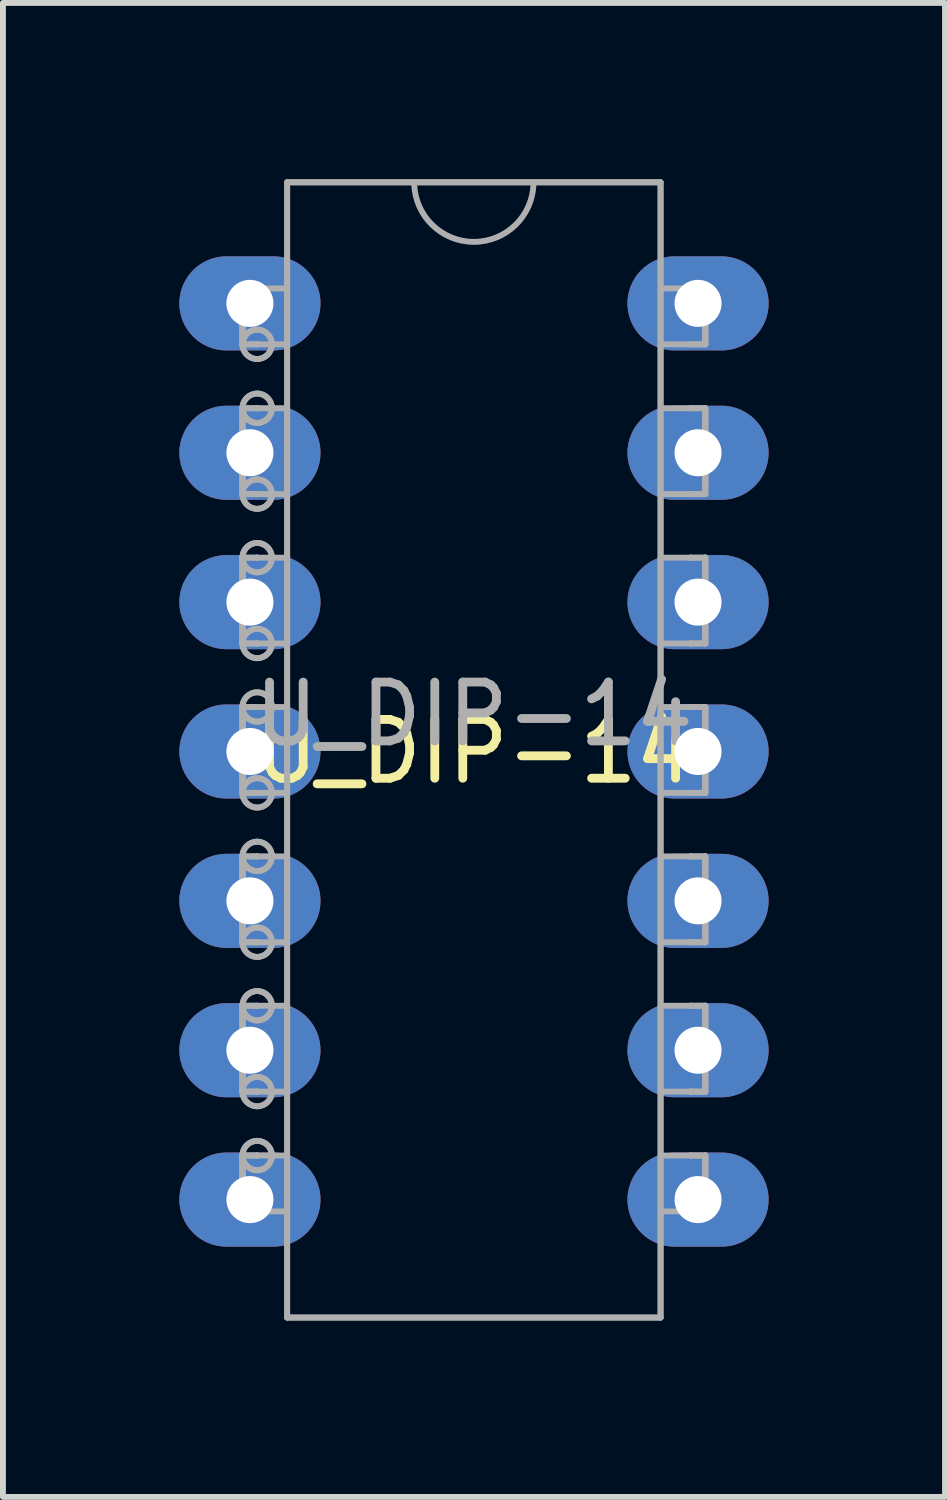
<source format=kicad_pcb>
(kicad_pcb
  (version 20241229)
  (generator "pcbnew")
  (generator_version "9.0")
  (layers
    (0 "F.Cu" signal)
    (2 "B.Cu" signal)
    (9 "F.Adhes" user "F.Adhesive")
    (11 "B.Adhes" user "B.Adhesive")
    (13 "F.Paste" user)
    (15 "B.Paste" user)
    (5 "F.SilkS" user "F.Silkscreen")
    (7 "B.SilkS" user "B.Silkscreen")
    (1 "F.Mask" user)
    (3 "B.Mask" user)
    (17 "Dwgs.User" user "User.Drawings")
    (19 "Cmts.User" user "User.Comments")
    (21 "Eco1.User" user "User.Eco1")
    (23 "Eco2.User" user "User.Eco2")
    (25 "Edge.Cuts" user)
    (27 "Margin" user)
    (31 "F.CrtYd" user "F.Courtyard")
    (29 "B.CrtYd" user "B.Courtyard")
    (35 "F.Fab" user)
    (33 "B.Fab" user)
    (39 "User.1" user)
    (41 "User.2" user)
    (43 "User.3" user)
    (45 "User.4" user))
  (footprint "U_DIP-14"
    (layer "F.Cu")
    (at 5.01 9.729)
    (property "Reference" "U_DIP-14" (at 0 0 0) (layer "F.SilkS") (effects (font (size 1 1) (thickness 0.15))))
    (attr through_hole)
    (fp_line (start -3.937 -7.874) (end -3.937 -7.874) (stroke (width 0.1) (type solid)) (layer "F.Fab"))
    (fp_line (start -3.937 -7.874) (end -3.937 -7.874) (stroke (width 0.1) (type solid)) (layer "F.Fab"))
    (fp_line (start -3.937 -7.874) (end -3.937 -7.76) (stroke (width 0.1) (type solid)) (layer "F.Fab"))
    (fp_line (start -3.937 -7.874) (end -3.937 -7.76) (stroke (width 0.1) (type solid)) (layer "F.Fab"))
    (fp_line (start -3.937 -7.874) (end -3.937 -6.924) (stroke (width 0.1) (type solid)) (layer "F.Fab"))
    (fp_line (start -3.937 -7.874) (end -3.937 -6.924) (stroke (width 0.1) (type solid)) (layer "F.Fab"))
    (fp_line (start -3.937 -7.76) (end -3.937 -7.533) (stroke (width 0.1) (type solid)) (layer "F.Fab"))
    (fp_line (start -3.937 -7.76) (end -3.937 -7.533) (stroke (width 0.1) (type solid)) (layer "F.Fab"))
    (fp_line (start -3.937 -7.533) (end -3.937 -7.419) (stroke (width 0.1) (type solid)) (layer "F.Fab"))
    (fp_line (start -3.937 -7.533) (end -3.937 -7.419) (stroke (width 0.1) (type solid)) (layer "F.Fab"))
    (fp_line (start -3.937 -7.419) (end -3.937 -7.419) (stroke (width 0.1) (type solid)) (layer "F.Fab"))
    (fp_line (start -3.937 -7.419) (end -3.937 -7.419) (stroke (width 0.1) (type solid)) (layer "F.Fab"))
    (fp_line (start -3.937 -7.419) (end -3.937 -6.924) (stroke (width 0.1) (type solid)) (layer "F.Fab"))
    (fp_line (start -3.937 -7.419) (end -3.937 -6.924) (stroke (width 0.1) (type solid)) (layer "F.Fab"))
    (fp_line (start -3.937 -6.924) (end -3.937 -6.924) (stroke (width 0.1) (type solid)) (layer "F.Fab"))
    (fp_line (start -3.937 -6.924) (end -3.937 -6.924) (stroke (width 0.1) (type solid)) (layer "F.Fab"))
    (fp_line (start -3.937 -5.837) (end -3.937 -5.837) (stroke (width 0.1) (type solid)) (layer "F.Fab"))
    (fp_line (start -3.937 -5.837) (end -3.937 -5.837) (stroke (width 0.1) (type solid)) (layer "F.Fab"))
    (fp_line (start -3.937 -5.837) (end -3.937 -4.377) (stroke (width 0.1) (type solid)) (layer "F.Fab"))
    (fp_line (start -3.937 -5.837) (end -3.937 -4.377) (stroke (width 0.1) (type solid)) (layer "F.Fab"))
    (fp_line (start -3.937 -5.334) (end -3.937 -5.837) (stroke (width 0.1) (type solid)) (layer "F.Fab"))
    (fp_line (start -3.937 -5.334) (end -3.937 -5.837) (stroke (width 0.1) (type solid)) (layer "F.Fab"))
    (fp_line (start -3.937 -5.334) (end -3.937 -5.334) (stroke (width 0.1) (type solid)) (layer "F.Fab"))
    (fp_line (start -3.937 -5.334) (end -3.937 -5.334) (stroke (width 0.1) (type solid)) (layer "F.Fab"))
    (fp_line (start -3.937 -5.334) (end -3.937 -5.22) (stroke (width 0.1) (type solid)) (layer "F.Fab"))
    (fp_line (start -3.937 -5.334) (end -3.937 -5.22) (stroke (width 0.1) (type solid)) (layer "F.Fab"))
    (fp_line (start -3.937 -5.22) (end -3.937 -4.993) (stroke (width 0.1) (type solid)) (layer "F.Fab"))
    (fp_line (start -3.937 -5.22) (end -3.937 -4.993) (stroke (width 0.1) (type solid)) (layer "F.Fab"))
    (fp_line (start -3.937 -4.993) (end -3.937 -4.879) (stroke (width 0.1) (type solid)) (layer "F.Fab"))
    (fp_line (start -3.937 -4.993) (end -3.937 -4.879) (stroke (width 0.1) (type solid)) (layer "F.Fab"))
    (fp_line (start -3.937 -4.879) (end -3.937 -4.879) (stroke (width 0.1) (type solid)) (layer "F.Fab"))
    (fp_line (start -3.937 -4.879) (end -3.937 -4.879) (stroke (width 0.1) (type solid)) (layer "F.Fab"))
    (fp_line (start -3.937 -4.879) (end -3.937 -4.377) (stroke (width 0.1) (type solid)) (layer "F.Fab"))
    (fp_line (start -3.937 -4.879) (end -3.937 -4.377) (stroke (width 0.1) (type solid)) (layer "F.Fab"))
    (fp_line (start -3.937 -4.377) (end -3.937 -4.377) (stroke (width 0.1) (type solid)) (layer "F.Fab"))
    (fp_line (start -3.937 -4.377) (end -3.937 -4.377) (stroke (width 0.1) (type solid)) (layer "F.Fab"))
    (fp_line (start -3.937 -3.296) (end -3.937 -3.296) (stroke (width 0.1) (type solid)) (layer "F.Fab"))
    (fp_line (start -3.937 -3.296) (end -3.937 -3.296) (stroke (width 0.1) (type solid)) (layer "F.Fab"))
    (fp_line (start -3.937 -3.296) (end -3.937 -1.837) (stroke (width 0.1) (type solid)) (layer "F.Fab"))
    (fp_line (start -3.937 -3.296) (end -3.937 -1.837) (stroke (width 0.1) (type solid)) (layer "F.Fab"))
    (fp_line (start -3.937 -2.794) (end -3.937 -3.296) (stroke (width 0.1) (type solid)) (layer "F.Fab"))
    (fp_line (start -3.937 -2.794) (end -3.937 -3.296) (stroke (width 0.1) (type solid)) (layer "F.Fab"))
    (fp_line (start -3.937 -2.794) (end -3.937 -2.794) (stroke (width 0.1) (type solid)) (layer "F.Fab"))
    (fp_line (start -3.937 -2.794) (end -3.937 -2.794) (stroke (width 0.1) (type solid)) (layer "F.Fab"))
    (fp_line (start -3.937 -2.794) (end -3.937 -2.68) (stroke (width 0.1) (type solid)) (layer "F.Fab"))
    (fp_line (start -3.937 -2.794) (end -3.937 -2.68) (stroke (width 0.1) (type solid)) (layer "F.Fab"))
    (fp_line (start -3.937 -2.68) (end -3.937 -2.453) (stroke (width 0.1) (type solid)) (layer "F.Fab"))
    (fp_line (start -3.937 -2.68) (end -3.937 -2.453) (stroke (width 0.1) (type solid)) (layer "F.Fab"))
    (fp_line (start -3.937 -2.453) (end -3.937 -2.339) (stroke (width 0.1) (type solid)) (layer "F.Fab"))
    (fp_line (start -3.937 -2.453) (end -3.937 -2.339) (stroke (width 0.1) (type solid)) (layer "F.Fab"))
    (fp_line (start -3.937 -2.339) (end -3.937 -2.339) (stroke (width 0.1) (type solid)) (layer "F.Fab"))
    (fp_line (start -3.937 -2.339) (end -3.937 -2.339) (stroke (width 0.1) (type solid)) (layer "F.Fab"))
    (fp_line (start -3.937 -2.339) (end -3.937 -1.837) (stroke (width 0.1) (type solid)) (layer "F.Fab"))
    (fp_line (start -3.937 -2.339) (end -3.937 -1.837) (stroke (width 0.1) (type solid)) (layer "F.Fab"))
    (fp_line (start -3.937 -1.837) (end -3.937 -1.837) (stroke (width 0.1) (type solid)) (layer "F.Fab"))
    (fp_line (start -3.937 -1.837) (end -3.937 -1.837) (stroke (width 0.1) (type solid)) (layer "F.Fab"))
    (fp_line (start -3.937 -0.756) (end -3.937 -0.756) (stroke (width 0.1) (type solid)) (layer "F.Fab"))
    (fp_line (start -3.937 -0.756) (end -3.937 -0.756) (stroke (width 0.1) (type solid)) (layer "F.Fab"))
    (fp_line (start -3.937 -0.756) (end -3.937 0.704) (stroke (width 0.1) (type solid)) (layer "F.Fab"))
    (fp_line (start -3.937 -0.756) (end -3.937 0.704) (stroke (width 0.1) (type solid)) (layer "F.Fab"))
    (fp_line (start -3.937 -0.254) (end -3.937 -0.756) (stroke (width 0.1) (type solid)) (layer "F.Fab"))
    (fp_line (start -3.937 -0.254) (end -3.937 -0.756) (stroke (width 0.1) (type solid)) (layer "F.Fab"))
    (fp_line (start -3.937 -0.254) (end -3.937 -0.254) (stroke (width 0.1) (type solid)) (layer "F.Fab"))
    (fp_line (start -3.937 -0.254) (end -3.937 -0.254) (stroke (width 0.1) (type solid)) (layer "F.Fab"))
    (fp_line (start -3.937 -0.254) (end -3.937 -0.14) (stroke (width 0.1) (type solid)) (layer "F.Fab"))
    (fp_line (start -3.937 -0.254) (end -3.937 -0.14) (stroke (width 0.1) (type solid)) (layer "F.Fab"))
    (fp_line (start -3.937 -0.14) (end -3.937 0.087) (stroke (width 0.1) (type solid)) (layer "F.Fab"))
    (fp_line (start -3.937 -0.14) (end -3.937 0.087) (stroke (width 0.1) (type solid)) (layer "F.Fab"))
    (fp_line (start -3.937 0.087) (end -3.937 0.201) (stroke (width 0.1) (type solid)) (layer "F.Fab"))
    (fp_line (start -3.937 0.087) (end -3.937 0.201) (stroke (width 0.1) (type solid)) (layer "F.Fab"))
    (fp_line (start -3.937 0.201) (end -3.937 0.201) (stroke (width 0.1) (type solid)) (layer "F.Fab"))
    (fp_line (start -3.937 0.201) (end -3.937 0.201) (stroke (width 0.1) (type solid)) (layer "F.Fab"))
    (fp_line (start -3.937 0.201) (end -3.937 0.704) (stroke (width 0.1) (type solid)) (layer "F.Fab"))
    (fp_line (start -3.937 0.201) (end -3.937 0.704) (stroke (width 0.1) (type solid)) (layer "F.Fab"))
    (fp_line (start -3.937 0.704) (end -3.937 0.704) (stroke (width 0.1) (type solid)) (layer "F.Fab"))
    (fp_line (start -3.937 0.704) (end -3.937 0.704) (stroke (width 0.1) (type solid)) (layer "F.Fab"))
    (fp_line (start -3.937 1.784) (end -3.937 1.784) (stroke (width 0.1) (type solid)) (layer "F.Fab"))
    (fp_line (start -3.937 1.784) (end -3.937 1.784) (stroke (width 0.1) (type solid)) (layer "F.Fab"))
    (fp_line (start -3.937 1.784) (end -3.937 3.244) (stroke (width 0.1) (type solid)) (layer "F.Fab"))
    (fp_line (start -3.937 1.784) (end -3.937 3.244) (stroke (width 0.1) (type solid)) (layer "F.Fab"))
    (fp_line (start -3.937 2.286) (end -3.937 1.784) (stroke (width 0.1) (type solid)) (layer "F.Fab"))
    (fp_line (start -3.937 2.286) (end -3.937 1.784) (stroke (width 0.1) (type solid)) (layer "F.Fab"))
    (fp_line (start -3.937 2.286) (end -3.937 2.286) (stroke (width 0.1) (type solid)) (layer "F.Fab"))
    (fp_line (start -3.937 2.286) (end -3.937 2.286) (stroke (width 0.1) (type solid)) (layer "F.Fab"))
    (fp_line (start -3.937 2.286) (end -3.937 2.4) (stroke (width 0.1) (type solid)) (layer "F.Fab"))
    (fp_line (start -3.937 2.286) (end -3.937 2.4) (stroke (width 0.1) (type solid)) (layer "F.Fab"))
    (fp_line (start -3.937 2.4) (end -3.937 2.627) (stroke (width 0.1) (type solid)) (layer "F.Fab"))
    (fp_line (start -3.937 2.4) (end -3.937 2.627) (stroke (width 0.1) (type solid)) (layer "F.Fab"))
    (fp_line (start -3.937 2.627) (end -3.937 2.741) (stroke (width 0.1) (type solid)) (layer "F.Fab"))
    (fp_line (start -3.937 2.627) (end -3.937 2.741) (stroke (width 0.1) (type solid)) (layer "F.Fab"))
    (fp_line (start -3.937 2.741) (end -3.937 2.741) (stroke (width 0.1) (type solid)) (layer "F.Fab"))
    (fp_line (start -3.937 2.741) (end -3.937 2.741) (stroke (width 0.1) (type solid)) (layer "F.Fab"))
    (fp_line (start -3.937 2.741) (end -3.937 3.244) (stroke (width 0.1) (type solid)) (layer "F.Fab"))
    (fp_line (start -3.937 2.741) (end -3.937 3.244) (stroke (width 0.1) (type solid)) (layer "F.Fab"))
    (fp_line (start -3.937 3.244) (end -3.937 3.244) (stroke (width 0.1) (type solid)) (layer "F.Fab"))
    (fp_line (start -3.937 3.244) (end -3.937 3.244) (stroke (width 0.1) (type solid)) (layer "F.Fab"))
    (fp_line (start -3.937 4.324) (end -3.937 4.324) (stroke (width 0.1) (type solid)) (layer "F.Fab"))
    (fp_line (start -3.937 4.324) (end -3.937 4.324) (stroke (width 0.1) (type solid)) (layer "F.Fab"))
    (fp_line (start -3.937 4.324) (end -3.937 5.784) (stroke (width 0.1) (type solid)) (layer "F.Fab"))
    (fp_line (start -3.937 4.324) (end -3.937 5.784) (stroke (width 0.1) (type solid)) (layer "F.Fab"))
    (fp_line (start -3.937 4.826) (end -3.937 4.324) (stroke (width 0.1) (type solid)) (layer "F.Fab"))
    (fp_line (start -3.937 4.826) (end -3.937 4.324) (stroke (width 0.1) (type solid)) (layer "F.Fab"))
    (fp_line (start -3.937 4.826) (end -3.937 4.826) (stroke (width 0.1) (type solid)) (layer "F.Fab"))
    (fp_line (start -3.937 4.826) (end -3.937 4.826) (stroke (width 0.1) (type solid)) (layer "F.Fab"))
    (fp_line (start -3.937 4.826) (end -3.937 4.94) (stroke (width 0.1) (type solid)) (layer "F.Fab"))
    (fp_line (start -3.937 4.826) (end -3.937 4.94) (stroke (width 0.1) (type solid)) (layer "F.Fab"))
    (fp_line (start -3.937 4.94) (end -3.937 5.167) (stroke (width 0.1) (type solid)) (layer "F.Fab"))
    (fp_line (start -3.937 4.94) (end -3.937 5.167) (stroke (width 0.1) (type solid)) (layer "F.Fab"))
    (fp_line (start -3.937 5.167) (end -3.937 5.281) (stroke (width 0.1) (type solid)) (layer "F.Fab"))
    (fp_line (start -3.937 5.167) (end -3.937 5.281) (stroke (width 0.1) (type solid)) (layer "F.Fab"))
    (fp_line (start -3.937 5.281) (end -3.937 5.281) (stroke (width 0.1) (type solid)) (layer "F.Fab"))
    (fp_line (start -3.937 5.281) (end -3.937 5.281) (stroke (width 0.1) (type solid)) (layer "F.Fab"))
    (fp_line (start -3.937 5.281) (end -3.937 5.784) (stroke (width 0.1) (type solid)) (layer "F.Fab"))
    (fp_line (start -3.937 5.281) (end -3.937 5.784) (stroke (width 0.1) (type solid)) (layer "F.Fab"))
    (fp_line (start -3.937 5.784) (end -3.937 5.784) (stroke (width 0.1) (type solid)) (layer "F.Fab"))
    (fp_line (start -3.937 5.784) (end -3.937 5.784) (stroke (width 0.1) (type solid)) (layer "F.Fab"))
    (fp_line (start -3.937 6.871) (end -3.937 6.871) (stroke (width 0.1) (type solid)) (layer "F.Fab"))
    (fp_line (start -3.937 6.871) (end -3.937 6.871) (stroke (width 0.1) (type solid)) (layer "F.Fab"))
    (fp_line (start -3.937 7.366) (end -3.937 6.871) (stroke (width 0.1) (type solid)) (layer "F.Fab"))
    (fp_line (start -3.937 7.366) (end -3.937 6.871) (stroke (width 0.1) (type solid)) (layer "F.Fab"))
    (fp_line (start -3.937 7.366) (end -3.937 7.366) (stroke (width 0.1) (type solid)) (layer "F.Fab"))
    (fp_line (start -3.937 7.366) (end -3.937 7.366) (stroke (width 0.1) (type solid)) (layer "F.Fab"))
    (fp_line (start -3.937 7.48) (end -3.937 7.366) (stroke (width 0.1) (type solid)) (layer "F.Fab"))
    (fp_line (start -3.937 7.48) (end -3.937 7.366) (stroke (width 0.1) (type solid)) (layer "F.Fab"))
    (fp_line (start -3.937 7.707) (end -3.937 7.48) (stroke (width 0.1) (type solid)) (layer "F.Fab"))
    (fp_line (start -3.937 7.707) (end -3.937 7.48) (stroke (width 0.1) (type solid)) (layer "F.Fab"))
    (fp_line (start -3.937 7.821) (end -3.937 6.871) (stroke (width 0.1) (type solid)) (layer "F.Fab"))
    (fp_line (start -3.937 7.821) (end -3.937 6.871) (stroke (width 0.1) (type solid)) (layer "F.Fab"))
    (fp_line (start -3.937 7.821) (end -3.937 7.707) (stroke (width 0.1) (type solid)) (layer "F.Fab"))
    (fp_line (start -3.937 7.821) (end -3.937 7.707) (stroke (width 0.1) (type solid)) (layer "F.Fab"))
    (fp_line (start -3.937 7.821) (end -3.937 7.821) (stroke (width 0.1) (type solid)) (layer "F.Fab"))
    (fp_line (start -3.937 7.821) (end -3.937 7.821) (stroke (width 0.1) (type solid)) (layer "F.Fab"))
    (fp_line (start -3.687 -7.874) (end -3.937 -7.874) (stroke (width 0.1) (type solid)) (layer "F.Fab"))
    (fp_line (start -3.687 -7.874) (end -3.937 -7.874) (stroke (width 0.1) (type solid)) (layer "F.Fab"))
    (fp_line (start -3.687 -7.874) (end -3.687 -7.874) (stroke (width 0.1) (type solid)) (layer "F.Fab"))
    (fp_line (start -3.687 -7.874) (end -3.687 -7.874) (stroke (width 0.1) (type solid)) (layer "F.Fab"))
    (fp_line (start -3.687 -6.924) (end -3.937 -6.924) (stroke (width 0.1) (type solid)) (layer "F.Fab"))
    (fp_line (start -3.687 -6.924) (end -3.937 -6.924) (stroke (width 0.1) (type solid)) (layer "F.Fab"))
    (fp_line (start -3.687 -6.924) (end -3.687 -6.924) (stroke (width 0.1) (type solid)) (layer "F.Fab"))
    (fp_line (start -3.687 -6.924) (end -3.687 -6.924) (stroke (width 0.1) (type solid)) (layer "F.Fab"))
    (fp_line (start -3.687 -5.837) (end -3.937 -5.837) (stroke (width 0.1) (type solid)) (layer "F.Fab"))
    (fp_line (start -3.687 -5.837) (end -3.937 -5.837) (stroke (width 0.1) (type solid)) (layer "F.Fab"))
    (fp_line (start -3.687 -5.837) (end -3.687 -5.837) (stroke (width 0.1) (type solid)) (layer "F.Fab"))
    (fp_line (start -3.687 -5.837) (end -3.687 -5.837) (stroke (width 0.1) (type solid)) (layer "F.Fab"))
    (fp_line (start -3.687 -5.837) (end -3.175 -5.837) (stroke (width 0.1) (type solid)) (layer "F.Fab"))
    (fp_line (start -3.687 -4.377) (end -3.937 -4.377) (stroke (width 0.1) (type solid)) (layer "F.Fab"))
    (fp_line (start -3.687 -4.377) (end -3.937 -4.377) (stroke (width 0.1) (type solid)) (layer "F.Fab"))
    (fp_line (start -3.687 -4.377) (end -3.687 -4.377) (stroke (width 0.1) (type solid)) (layer "F.Fab"))
    (fp_line (start -3.687 -4.377) (end -3.687 -4.377) (stroke (width 0.1) (type solid)) (layer "F.Fab"))
    (fp_line (start -3.687 -4.377) (end -3.175 -4.377) (stroke (width 0.1) (type solid)) (layer "F.Fab"))
    (fp_line (start -3.687 -3.296) (end -3.937 -3.296) (stroke (width 0.1) (type solid)) (layer "F.Fab"))
    (fp_line (start -3.687 -3.296) (end -3.937 -3.296) (stroke (width 0.1) (type solid)) (layer "F.Fab"))
    (fp_line (start -3.687 -3.296) (end -3.687 -3.296) (stroke (width 0.1) (type solid)) (layer "F.Fab"))
    (fp_line (start -3.687 -3.296) (end -3.687 -3.296) (stroke (width 0.1) (type solid)) (layer "F.Fab"))
    (fp_line (start -3.687 -1.837) (end -3.937 -1.837) (stroke (width 0.1) (type solid)) (layer "F.Fab"))
    (fp_line (start -3.687 -1.837) (end -3.937 -1.837) (stroke (width 0.1) (type solid)) (layer "F.Fab"))
    (fp_line (start -3.687 -1.837) (end -3.687 -1.837) (stroke (width 0.1) (type solid)) (layer "F.Fab"))
    (fp_line (start -3.687 -1.837) (end -3.687 -1.837) (stroke (width 0.1) (type solid)) (layer "F.Fab"))
    (fp_line (start -3.687 -1.837) (end -3.175 -1.837) (stroke (width 0.1) (type solid)) (layer "F.Fab"))
    (fp_line (start -3.687 -0.756) (end -3.937 -0.756) (stroke (width 0.1) (type solid)) (layer "F.Fab"))
    (fp_line (start -3.687 -0.756) (end -3.937 -0.756) (stroke (width 0.1) (type solid)) (layer "F.Fab"))
    (fp_line (start -3.687 -0.756) (end -3.687 -0.756) (stroke (width 0.1) (type solid)) (layer "F.Fab"))
    (fp_line (start -3.687 -0.756) (end -3.687 -0.756) (stroke (width 0.1) (type solid)) (layer "F.Fab"))
    (fp_line (start -3.687 -0.756) (end -3.175 -0.756) (stroke (width 0.1) (type solid)) (layer "F.Fab"))
    (fp_line (start -3.687 0.704) (end -3.937 0.704) (stroke (width 0.1) (type solid)) (layer "F.Fab"))
    (fp_line (start -3.687 0.704) (end -3.937 0.704) (stroke (width 0.1) (type solid)) (layer "F.Fab"))
    (fp_line (start -3.687 0.704) (end -3.687 0.704) (stroke (width 0.1) (type solid)) (layer "F.Fab"))
    (fp_line (start -3.687 0.704) (end -3.687 0.704) (stroke (width 0.1) (type solid)) (layer "F.Fab"))
    (fp_line (start -3.687 0.704) (end -3.175 0.704) (stroke (width 0.1) (type solid)) (layer "F.Fab"))
    (fp_line (start -3.687 1.784) (end -3.937 1.784) (stroke (width 0.1) (type solid)) (layer "F.Fab"))
    (fp_line (start -3.687 1.784) (end -3.937 1.784) (stroke (width 0.1) (type solid)) (layer "F.Fab"))
    (fp_line (start -3.687 1.784) (end -3.687 1.784) (stroke (width 0.1) (type solid)) (layer "F.Fab"))
    (fp_line (start -3.687 1.784) (end -3.687 1.784) (stroke (width 0.1) (type solid)) (layer "F.Fab"))
    (fp_line (start -3.687 3.244) (end -3.937 3.244) (stroke (width 0.1) (type solid)) (layer "F.Fab"))
    (fp_line (start -3.687 3.244) (end -3.937 3.244) (stroke (width 0.1) (type solid)) (layer "F.Fab"))
    (fp_line (start -3.687 3.244) (end -3.687 3.244) (stroke (width 0.1) (type solid)) (layer "F.Fab"))
    (fp_line (start -3.687 3.244) (end -3.687 3.244) (stroke (width 0.1) (type solid)) (layer "F.Fab"))
    (fp_line (start -3.687 3.244) (end -3.175 3.244) (stroke (width 0.1) (type solid)) (layer "F.Fab"))
    (fp_line (start -3.687 4.324) (end -3.937 4.324) (stroke (width 0.1) (type solid)) (layer "F.Fab"))
    (fp_line (start -3.687 4.324) (end -3.937 4.324) (stroke (width 0.1) (type solid)) (layer "F.Fab"))
    (fp_line (start -3.687 4.324) (end -3.687 4.324) (stroke (width 0.1) (type solid)) (layer "F.Fab"))
    (fp_line (start -3.687 4.324) (end -3.687 4.324) (stroke (width 0.1) (type solid)) (layer "F.Fab"))
    (fp_line (start -3.687 5.784) (end -3.937 5.784) (stroke (width 0.1) (type solid)) (layer "F.Fab"))
    (fp_line (start -3.687 5.784) (end -3.937 5.784) (stroke (width 0.1) (type solid)) (layer "F.Fab"))
    (fp_line (start -3.687 5.784) (end -3.687 5.784) (stroke (width 0.1) (type solid)) (layer "F.Fab"))
    (fp_line (start -3.687 5.784) (end -3.687 5.784) (stroke (width 0.1) (type solid)) (layer "F.Fab"))
    (fp_line (start -3.687 5.784) (end -3.175 5.784) (stroke (width 0.1) (type solid)) (layer "F.Fab"))
    (fp_line (start -3.687 6.871) (end -3.937 6.871) (stroke (width 0.1) (type solid)) (layer "F.Fab"))
    (fp_line (start -3.687 6.871) (end -3.937 6.871) (stroke (width 0.1) (type solid)) (layer "F.Fab"))
    (fp_line (start -3.687 6.871) (end -3.687 6.871) (stroke (width 0.1) (type solid)) (layer "F.Fab"))
    (fp_line (start -3.687 6.871) (end -3.687 6.871) (stroke (width 0.1) (type solid)) (layer "F.Fab"))
    (fp_line (start -3.687 6.871) (end -3.175 6.871) (stroke (width 0.1) (type solid)) (layer "F.Fab"))
    (fp_line (start -3.687 7.821) (end -3.937 7.821) (stroke (width 0.1) (type solid)) (layer "F.Fab"))
    (fp_line (start -3.687 7.821) (end -3.937 7.821) (stroke (width 0.1) (type solid)) (layer "F.Fab"))
    (fp_line (start -3.687 7.821) (end -3.687 7.821) (stroke (width 0.1) (type solid)) (layer "F.Fab"))
    (fp_line (start -3.687 7.821) (end -3.687 7.821) (stroke (width 0.1) (type solid)) (layer "F.Fab"))
    (fp_line (start -3.687 7.821) (end -3.175 7.821) (stroke (width 0.1) (type solid)) (layer "F.Fab"))
    (fp_line (start -3.177 -9.679) (end -3.177 9.626) (stroke (width 0.1) (type solid)) (layer "F.Fab"))
    (fp_line (start -3.177 -9.679) (end -3.177 9.626) (stroke (width 0.1) (type solid)) (layer "F.Fab"))
    (fp_line (start -3.177 9.626) (end 3.173 9.626) (stroke (width 0.1) (type solid)) (layer "F.Fab"))
    (fp_line (start -3.177 9.626) (end 3.173 9.626) (stroke (width 0.1) (type solid)) (layer "F.Fab"))
    (fp_line (start -3.175 -7.874) (end -3.687 -7.874) (stroke (width 0.1) (type solid)) (layer "F.Fab"))
    (fp_line (start -3.175 -6.924) (end -3.687 -6.924) (stroke (width 0.1) (type solid)) (layer "F.Fab"))
    (fp_line (start -3.175 -3.296) (end -3.687 -3.296) (stroke (width 0.1) (type solid)) (layer "F.Fab"))
    (fp_line (start -3.175 1.784) (end -3.687 1.784) (stroke (width 0.1) (type solid)) (layer "F.Fab"))
    (fp_line (start -3.175 4.324) (end -3.687 4.324) (stroke (width 0.1) (type solid)) (layer "F.Fab"))
    (fp_line (start 3.173 -9.679) (end -3.177 -9.679) (stroke (width 0.1) (type solid)) (layer "F.Fab"))
    (fp_line (start 3.173 -9.679) (end -3.177 -9.679) (stroke (width 0.1) (type solid)) (layer "F.Fab"))
    (fp_line (start 3.173 9.626) (end 3.173 -9.679) (stroke (width 0.1) (type solid)) (layer "F.Fab"))
    (fp_line (start 3.173 9.626) (end 3.173 -9.679) (stroke (width 0.1) (type solid)) (layer "F.Fab"))
    (fp_line (start 3.175 3.244) (end 3.683 3.244) (stroke (width 0.1) (type solid)) (layer "F.Fab"))
    (fp_line (start 3.175 6.871) (end 3.683 6.871) (stroke (width 0.1) (type solid)) (layer "F.Fab"))
    (fp_line (start 3.683 -7.874) (end 3.175 -7.874) (stroke (width 0.1) (type solid)) (layer "F.Fab"))
    (fp_line (start 3.683 -7.874) (end 3.683 -7.874) (stroke (width 0.1) (type solid)) (layer "F.Fab"))
    (fp_line (start 3.683 -7.874) (end 3.683 -7.874) (stroke (width 0.1) (type solid)) (layer "F.Fab"))
    (fp_line (start 3.683 -7.874) (end 3.933 -7.874) (stroke (width 0.1) (type solid)) (layer "F.Fab"))
    (fp_line (start 3.683 -7.874) (end 3.933 -7.874) (stroke (width 0.1) (type solid)) (layer "F.Fab"))
    (fp_line (start 3.683 -6.924) (end 3.175 -6.924) (stroke (width 0.1) (type solid)) (layer "F.Fab"))
    (fp_line (start 3.683 -6.924) (end 3.683 -6.924) (stroke (width 0.1) (type solid)) (layer "F.Fab"))
    (fp_line (start 3.683 -6.924) (end 3.683 -6.924) (stroke (width 0.1) (type solid)) (layer "F.Fab"))
    (fp_line (start 3.683 -6.924) (end 3.933 -6.924) (stroke (width 0.1) (type solid)) (layer "F.Fab"))
    (fp_line (start 3.683 -6.924) (end 3.933 -6.924) (stroke (width 0.1) (type solid)) (layer "F.Fab"))
    (fp_line (start 3.683 -5.837) (end 3.175 -5.837) (stroke (width 0.1) (type solid)) (layer "F.Fab"))
    (fp_line (start 3.683 -5.837) (end 3.683 -5.837) (stroke (width 0.1) (type solid)) (layer "F.Fab"))
    (fp_line (start 3.683 -5.837) (end 3.683 -5.837) (stroke (width 0.1) (type solid)) (layer "F.Fab"))
    (fp_line (start 3.683 -5.837) (end 3.933 -5.837) (stroke (width 0.1) (type solid)) (layer "F.Fab"))
    (fp_line (start 3.683 -5.837) (end 3.933 -5.837) (stroke (width 0.1) (type solid)) (layer "F.Fab"))
    (fp_line (start 3.683 -4.377) (end 3.175 -4.377) (stroke (width 0.1) (type solid)) (layer "F.Fab"))
    (fp_line (start 3.683 -4.377) (end 3.683 -4.377) (stroke (width 0.1) (type solid)) (layer "F.Fab"))
    (fp_line (start 3.683 -4.377) (end 3.683 -4.377) (stroke (width 0.1) (type solid)) (layer "F.Fab"))
    (fp_line (start 3.683 -4.377) (end 3.933 -4.377) (stroke (width 0.1) (type solid)) (layer "F.Fab"))
    (fp_line (start 3.683 -4.377) (end 3.933 -4.377) (stroke (width 0.1) (type solid)) (layer "F.Fab"))
    (fp_line (start 3.683 -3.296) (end 3.175 -3.296) (stroke (width 0.1) (type solid)) (layer "F.Fab"))
    (fp_line (start 3.683 -3.296) (end 3.683 -3.296) (stroke (width 0.1) (type solid)) (layer "F.Fab"))
    (fp_line (start 3.683 -3.296) (end 3.683 -3.296) (stroke (width 0.1) (type solid)) (layer "F.Fab"))
    (fp_line (start 3.683 -3.296) (end 3.933 -3.296) (stroke (width 0.1) (type solid)) (layer "F.Fab"))
    (fp_line (start 3.683 -3.296) (end 3.933 -3.296) (stroke (width 0.1) (type solid)) (layer "F.Fab"))
    (fp_line (start 3.683 -1.837) (end 3.175 -1.837) (stroke (width 0.1) (type solid)) (layer "F.Fab"))
    (fp_line (start 3.683 -1.837) (end 3.683 -1.837) (stroke (width 0.1) (type solid)) (layer "F.Fab"))
    (fp_line (start 3.683 -1.837) (end 3.683 -1.837) (stroke (width 0.1) (type solid)) (layer "F.Fab"))
    (fp_line (start 3.683 -1.837) (end 3.933 -1.837) (stroke (width 0.1) (type solid)) (layer "F.Fab"))
    (fp_line (start 3.683 -1.837) (end 3.933 -1.837) (stroke (width 0.1) (type solid)) (layer "F.Fab"))
    (fp_line (start 3.683 -0.756) (end 3.175 -0.756) (stroke (width 0.1) (type solid)) (layer "F.Fab"))
    (fp_line (start 3.683 -0.756) (end 3.683 -0.756) (stroke (width 0.1) (type solid)) (layer "F.Fab"))
    (fp_line (start 3.683 -0.756) (end 3.683 -0.756) (stroke (width 0.1) (type solid)) (layer "F.Fab"))
    (fp_line (start 3.683 -0.756) (end 3.933 -0.756) (stroke (width 0.1) (type solid)) (layer "F.Fab"))
    (fp_line (start 3.683 -0.756) (end 3.933 -0.756) (stroke (width 0.1) (type solid)) (layer "F.Fab"))
    (fp_line (start 3.683 0.704) (end 3.175 0.704) (stroke (width 0.1) (type solid)) (layer "F.Fab"))
    (fp_line (start 3.683 0.704) (end 3.683 0.704) (stroke (width 0.1) (type solid)) (layer "F.Fab"))
    (fp_line (start 3.683 0.704) (end 3.683 0.704) (stroke (width 0.1) (type solid)) (layer "F.Fab"))
    (fp_line (start 3.683 0.704) (end 3.933 0.704) (stroke (width 0.1) (type solid)) (layer "F.Fab"))
    (fp_line (start 3.683 0.704) (end 3.933 0.704) (stroke (width 0.1) (type solid)) (layer "F.Fab"))
    (fp_line (start 3.683 1.784) (end 3.175 1.784) (stroke (width 0.1) (type solid)) (layer "F.Fab"))
    (fp_line (start 3.683 1.784) (end 3.683 1.784) (stroke (width 0.1) (type solid)) (layer "F.Fab"))
    (fp_line (start 3.683 1.784) (end 3.683 1.784) (stroke (width 0.1) (type solid)) (layer "F.Fab"))
    (fp_line (start 3.683 1.784) (end 3.933 1.784) (stroke (width 0.1) (type solid)) (layer "F.Fab"))
    (fp_line (start 3.683 1.784) (end 3.933 1.784) (stroke (width 0.1) (type solid)) (layer "F.Fab"))
    (fp_line (start 3.683 3.244) (end 3.683 3.244) (stroke (width 0.1) (type solid)) (layer "F.Fab"))
    (fp_line (start 3.683 3.244) (end 3.683 3.244) (stroke (width 0.1) (type solid)) (layer "F.Fab"))
    (fp_line (start 3.683 3.244) (end 3.933 3.244) (stroke (width 0.1) (type solid)) (layer "F.Fab"))
    (fp_line (start 3.683 3.244) (end 3.933 3.244) (stroke (width 0.1) (type solid)) (layer "F.Fab"))
    (fp_line (start 3.683 4.324) (end 3.175 4.324) (stroke (width 0.1) (type solid)) (layer "F.Fab"))
    (fp_line (start 3.683 4.324) (end 3.683 4.324) (stroke (width 0.1) (type solid)) (layer "F.Fab"))
    (fp_line (start 3.683 4.324) (end 3.683 4.324) (stroke (width 0.1) (type solid)) (layer "F.Fab"))
    (fp_line (start 3.683 4.324) (end 3.933 4.324) (stroke (width 0.1) (type solid)) (layer "F.Fab"))
    (fp_line (start 3.683 4.324) (end 3.933 4.324) (stroke (width 0.1) (type solid)) (layer "F.Fab"))
    (fp_line (start 3.683 5.784) (end 3.175 5.784) (stroke (width 0.1) (type solid)) (layer "F.Fab"))
    (fp_line (start 3.683 5.784) (end 3.683 5.784) (stroke (width 0.1) (type solid)) (layer "F.Fab"))
    (fp_line (start 3.683 5.784) (end 3.683 5.784) (stroke (width 0.1) (type solid)) (layer "F.Fab"))
    (fp_line (start 3.683 5.784) (end 3.933 5.784) (stroke (width 0.1) (type solid)) (layer "F.Fab"))
    (fp_line (start 3.683 5.784) (end 3.933 5.784) (stroke (width 0.1) (type solid)) (layer "F.Fab"))
    (fp_line (start 3.683 6.871) (end 3.683 6.871) (stroke (width 0.1) (type solid)) (layer "F.Fab"))
    (fp_line (start 3.683 6.871) (end 3.683 6.871) (stroke (width 0.1) (type solid)) (layer "F.Fab"))
    (fp_line (start 3.683 6.871) (end 3.933 6.871) (stroke (width 0.1) (type solid)) (layer "F.Fab"))
    (fp_line (start 3.683 6.871) (end 3.933 6.871) (stroke (width 0.1) (type solid)) (layer "F.Fab"))
    (fp_line (start 3.683 7.821) (end 3.175 7.821) (stroke (width 0.1) (type solid)) (layer "F.Fab"))
    (fp_line (start 3.683 7.821) (end 3.683 7.821) (stroke (width 0.1) (type solid)) (layer "F.Fab"))
    (fp_line (start 3.683 7.821) (end 3.683 7.821) (stroke (width 0.1) (type solid)) (layer "F.Fab"))
    (fp_line (start 3.683 7.821) (end 3.933 7.821) (stroke (width 0.1) (type solid)) (layer "F.Fab"))
    (fp_line (start 3.683 7.821) (end 3.933 7.821) (stroke (width 0.1) (type solid)) (layer "F.Fab"))
    (fp_line (start 3.933 -7.874) (end 3.933 -7.874) (stroke (width 0.1) (type solid)) (layer "F.Fab"))
    (fp_line (start 3.933 -7.874) (end 3.933 -7.874) (stroke (width 0.1) (type solid)) (layer "F.Fab"))
    (fp_line (start 3.933 -7.874) (end 3.933 -7.76) (stroke (width 0.1) (type solid)) (layer "F.Fab"))
    (fp_line (start 3.933 -7.874) (end 3.933 -7.76) (stroke (width 0.1) (type solid)) (layer "F.Fab"))
    (fp_line (start 3.933 -7.874) (end 3.933 -6.924) (stroke (width 0.1) (type solid)) (layer "F.Fab"))
    (fp_line (start 3.933 -7.874) (end 3.933 -6.924) (stroke (width 0.1) (type solid)) (layer "F.Fab"))
    (fp_line (start 3.933 -7.76) (end 3.933 -7.533) (stroke (width 0.1) (type solid)) (layer "F.Fab"))
    (fp_line (start 3.933 -7.76) (end 3.933 -7.533) (stroke (width 0.1) (type solid)) (layer "F.Fab"))
    (fp_line (start 3.933 -7.533) (end 3.933 -7.419) (stroke (width 0.1) (type solid)) (layer "F.Fab"))
    (fp_line (start 3.933 -7.533) (end 3.933 -7.419) (stroke (width 0.1) (type solid)) (layer "F.Fab"))
    (fp_line (start 3.933 -7.419) (end 3.933 -7.419) (stroke (width 0.1) (type solid)) (layer "F.Fab"))
    (fp_line (start 3.933 -7.419) (end 3.933 -7.419) (stroke (width 0.1) (type solid)) (layer "F.Fab"))
    (fp_line (start 3.933 -7.419) (end 3.933 -6.924) (stroke (width 0.1) (type solid)) (layer "F.Fab"))
    (fp_line (start 3.933 -7.419) (end 3.933 -6.924) (stroke (width 0.1) (type solid)) (layer "F.Fab"))
    (fp_line (start 3.933 -6.924) (end 3.933 -6.924) (stroke (width 0.1) (type solid)) (layer "F.Fab"))
    (fp_line (start 3.933 -6.924) (end 3.933 -6.924) (stroke (width 0.1) (type solid)) (layer "F.Fab"))
    (fp_line (start 3.933 -5.837) (end 3.933 -5.837) (stroke (width 0.1) (type solid)) (layer "F.Fab"))
    (fp_line (start 3.933 -5.837) (end 3.933 -5.837) (stroke (width 0.1) (type solid)) (layer "F.Fab"))
    (fp_line (start 3.933 -5.334) (end 3.933 -5.837) (stroke (width 0.1) (type solid)) (layer "F.Fab"))
    (fp_line (start 3.933 -5.334) (end 3.933 -5.837) (stroke (width 0.1) (type solid)) (layer "F.Fab"))
    (fp_line (start 3.933 -5.334) (end 3.933 -5.334) (stroke (width 0.1) (type solid)) (layer "F.Fab"))
    (fp_line (start 3.933 -5.334) (end 3.933 -5.334) (stroke (width 0.1) (type solid)) (layer "F.Fab"))
    (fp_line (start 3.933 -5.22) (end 3.933 -5.334) (stroke (width 0.1) (type solid)) (layer "F.Fab"))
    (fp_line (start 3.933 -5.22) (end 3.933 -5.334) (stroke (width 0.1) (type solid)) (layer "F.Fab"))
    (fp_line (start 3.933 -4.993) (end 3.933 -5.22) (stroke (width 0.1) (type solid)) (layer "F.Fab"))
    (fp_line (start 3.933 -4.993) (end 3.933 -5.22) (stroke (width 0.1) (type solid)) (layer "F.Fab"))
    (fp_line (start 3.933 -4.879) (end 3.933 -4.993) (stroke (width 0.1) (type solid)) (layer "F.Fab"))
    (fp_line (start 3.933 -4.879) (end 3.933 -4.993) (stroke (width 0.1) (type solid)) (layer "F.Fab"))
    (fp_line (start 3.933 -4.879) (end 3.933 -4.879) (stroke (width 0.1) (type solid)) (layer "F.Fab"))
    (fp_line (start 3.933 -4.879) (end 3.933 -4.879) (stroke (width 0.1) (type solid)) (layer "F.Fab"))
    (fp_line (start 3.933 -4.879) (end 3.933 -4.377) (stroke (width 0.1) (type solid)) (layer "F.Fab"))
    (fp_line (start 3.933 -4.879) (end 3.933 -4.377) (stroke (width 0.1) (type solid)) (layer "F.Fab"))
    (fp_line (start 3.933 -4.377) (end 3.933 -5.837) (stroke (width 0.1) (type solid)) (layer "F.Fab"))
    (fp_line (start 3.933 -4.377) (end 3.933 -5.837) (stroke (width 0.1) (type solid)) (layer "F.Fab"))
    (fp_line (start 3.933 -4.377) (end 3.933 -4.377) (stroke (width 0.1) (type solid)) (layer "F.Fab"))
    (fp_line (start 3.933 -4.377) (end 3.933 -4.377) (stroke (width 0.1) (type solid)) (layer "F.Fab"))
    (fp_line (start 3.933 -3.296) (end 3.933 -3.296) (stroke (width 0.1) (type solid)) (layer "F.Fab"))
    (fp_line (start 3.933 -3.296) (end 3.933 -3.296) (stroke (width 0.1) (type solid)) (layer "F.Fab"))
    (fp_line (start 3.933 -2.794) (end 3.933 -3.296) (stroke (width 0.1) (type solid)) (layer "F.Fab"))
    (fp_line (start 3.933 -2.794) (end 3.933 -3.296) (stroke (width 0.1) (type solid)) (layer "F.Fab"))
    (fp_line (start 3.933 -2.794) (end 3.933 -2.794) (stroke (width 0.1) (type solid)) (layer "F.Fab"))
    (fp_line (start 3.933 -2.794) (end 3.933 -2.794) (stroke (width 0.1) (type solid)) (layer "F.Fab"))
    (fp_line (start 3.933 -2.68) (end 3.933 -2.794) (stroke (width 0.1) (type solid)) (layer "F.Fab"))
    (fp_line (start 3.933 -2.68) (end 3.933 -2.794) (stroke (width 0.1) (type solid)) (layer "F.Fab"))
    (fp_line (start 3.933 -2.453) (end 3.933 -2.68) (stroke (width 0.1) (type solid)) (layer "F.Fab"))
    (fp_line (start 3.933 -2.453) (end 3.933 -2.68) (stroke (width 0.1) (type solid)) (layer "F.Fab"))
    (fp_line (start 3.933 -2.339) (end 3.933 -2.453) (stroke (width 0.1) (type solid)) (layer "F.Fab"))
    (fp_line (start 3.933 -2.339) (end 3.933 -2.453) (stroke (width 0.1) (type solid)) (layer "F.Fab"))
    (fp_line (start 3.933 -2.339) (end 3.933 -2.339) (stroke (width 0.1) (type solid)) (layer "F.Fab"))
    (fp_line (start 3.933 -2.339) (end 3.933 -2.339) (stroke (width 0.1) (type solid)) (layer "F.Fab"))
    (fp_line (start 3.933 -2.339) (end 3.933 -1.837) (stroke (width 0.1) (type solid)) (layer "F.Fab"))
    (fp_line (start 3.933 -2.339) (end 3.933 -1.837) (stroke (width 0.1) (type solid)) (layer "F.Fab"))
    (fp_line (start 3.933 -1.837) (end 3.933 -3.296) (stroke (width 0.1) (type solid)) (layer "F.Fab"))
    (fp_line (start 3.933 -1.837) (end 3.933 -3.296) (stroke (width 0.1) (type solid)) (layer "F.Fab"))
    (fp_line (start 3.933 -1.837) (end 3.933 -1.837) (stroke (width 0.1) (type solid)) (layer "F.Fab"))
    (fp_line (start 3.933 -1.837) (end 3.933 -1.837) (stroke (width 0.1) (type solid)) (layer "F.Fab"))
    (fp_line (start 3.933 -0.756) (end 3.933 -0.756) (stroke (width 0.1) (type solid)) (layer "F.Fab"))
    (fp_line (start 3.933 -0.756) (end 3.933 -0.756) (stroke (width 0.1) (type solid)) (layer "F.Fab"))
    (fp_line (start 3.933 -0.254) (end 3.933 -0.756) (stroke (width 0.1) (type solid)) (layer "F.Fab"))
    (fp_line (start 3.933 -0.254) (end 3.933 -0.756) (stroke (width 0.1) (type solid)) (layer "F.Fab"))
    (fp_line (start 3.933 -0.254) (end 3.933 -0.254) (stroke (width 0.1) (type solid)) (layer "F.Fab"))
    (fp_line (start 3.933 -0.254) (end 3.933 -0.254) (stroke (width 0.1) (type solid)) (layer "F.Fab"))
    (fp_line (start 3.933 -0.14) (end 3.933 -0.254) (stroke (width 0.1) (type solid)) (layer "F.Fab"))
    (fp_line (start 3.933 -0.14) (end 3.933 -0.254) (stroke (width 0.1) (type solid)) (layer "F.Fab"))
    (fp_line (start 3.933 0.087) (end 3.933 -0.14) (stroke (width 0.1) (type solid)) (layer "F.Fab"))
    (fp_line (start 3.933 0.087) (end 3.933 -0.14) (stroke (width 0.1) (type solid)) (layer "F.Fab"))
    (fp_line (start 3.933 0.201) (end 3.933 0.087) (stroke (width 0.1) (type solid)) (layer "F.Fab"))
    (fp_line (start 3.933 0.201) (end 3.933 0.087) (stroke (width 0.1) (type solid)) (layer "F.Fab"))
    (fp_line (start 3.933 0.201) (end 3.933 0.201) (stroke (width 0.1) (type solid)) (layer "F.Fab"))
    (fp_line (start 3.933 0.201) (end 3.933 0.201) (stroke (width 0.1) (type solid)) (layer "F.Fab"))
    (fp_line (start 3.933 0.201) (end 3.933 0.704) (stroke (width 0.1) (type solid)) (layer "F.Fab"))
    (fp_line (start 3.933 0.201) (end 3.933 0.704) (stroke (width 0.1) (type solid)) (layer "F.Fab"))
    (fp_line (start 3.933 0.704) (end 3.933 -0.756) (stroke (width 0.1) (type solid)) (layer "F.Fab"))
    (fp_line (start 3.933 0.704) (end 3.933 -0.756) (stroke (width 0.1) (type solid)) (layer "F.Fab"))
    (fp_line (start 3.933 0.704) (end 3.933 0.704) (stroke (width 0.1) (type solid)) (layer "F.Fab"))
    (fp_line (start 3.933 0.704) (end 3.933 0.704) (stroke (width 0.1) (type solid)) (layer "F.Fab"))
    (fp_line (start 3.933 1.784) (end 3.933 1.784) (stroke (width 0.1) (type solid)) (layer "F.Fab"))
    (fp_line (start 3.933 1.784) (end 3.933 1.784) (stroke (width 0.1) (type solid)) (layer "F.Fab"))
    (fp_line (start 3.933 2.286) (end 3.933 1.784) (stroke (width 0.1) (type solid)) (layer "F.Fab"))
    (fp_line (start 3.933 2.286) (end 3.933 1.784) (stroke (width 0.1) (type solid)) (layer "F.Fab"))
    (fp_line (start 3.933 2.286) (end 3.933 2.286) (stroke (width 0.1) (type solid)) (layer "F.Fab"))
    (fp_line (start 3.933 2.286) (end 3.933 2.286) (stroke (width 0.1) (type solid)) (layer "F.Fab"))
    (fp_line (start 3.933 2.4) (end 3.933 2.286) (stroke (width 0.1) (type solid)) (layer "F.Fab"))
    (fp_line (start 3.933 2.4) (end 3.933 2.286) (stroke (width 0.1) (type solid)) (layer "F.Fab"))
    (fp_line (start 3.933 2.627) (end 3.933 2.4) (stroke (width 0.1) (type solid)) (layer "F.Fab"))
    (fp_line (start 3.933 2.627) (end 3.933 2.4) (stroke (width 0.1) (type solid)) (layer "F.Fab"))
    (fp_line (start 3.933 2.741) (end 3.933 2.627) (stroke (width 0.1) (type solid)) (layer "F.Fab"))
    (fp_line (start 3.933 2.741) (end 3.933 2.627) (stroke (width 0.1) (type solid)) (layer "F.Fab"))
    (fp_line (start 3.933 2.741) (end 3.933 2.741) (stroke (width 0.1) (type solid)) (layer "F.Fab"))
    (fp_line (start 3.933 2.741) (end 3.933 2.741) (stroke (width 0.1) (type solid)) (layer "F.Fab"))
    (fp_line (start 3.933 2.741) (end 3.933 3.244) (stroke (width 0.1) (type solid)) (layer "F.Fab"))
    (fp_line (start 3.933 2.741) (end 3.933 3.244) (stroke (width 0.1) (type solid)) (layer "F.Fab"))
    (fp_line (start 3.933 3.244) (end 3.933 1.784) (stroke (width 0.1) (type solid)) (layer "F.Fab"))
    (fp_line (start 3.933 3.244) (end 3.933 1.784) (stroke (width 0.1) (type solid)) (layer "F.Fab"))
    (fp_line (start 3.933 3.244) (end 3.933 3.244) (stroke (width 0.1) (type solid)) (layer "F.Fab"))
    (fp_line (start 3.933 3.244) (end 3.933 3.244) (stroke (width 0.1) (type solid)) (layer "F.Fab"))
    (fp_line (start 3.933 4.324) (end 3.933 4.324) (stroke (width 0.1) (type solid)) (layer "F.Fab"))
    (fp_line (start 3.933 4.324) (end 3.933 4.324) (stroke (width 0.1) (type solid)) (layer "F.Fab"))
    (fp_line (start 3.933 4.826) (end 3.933 4.324) (stroke (width 0.1) (type solid)) (layer "F.Fab"))
    (fp_line (start 3.933 4.826) (end 3.933 4.324) (stroke (width 0.1) (type solid)) (layer "F.Fab"))
    (fp_line (start 3.933 4.826) (end 3.933 4.826) (stroke (width 0.1) (type solid)) (layer "F.Fab"))
    (fp_line (start 3.933 4.826) (end 3.933 4.826) (stroke (width 0.1) (type solid)) (layer "F.Fab"))
    (fp_line (start 3.933 4.94) (end 3.933 4.826) (stroke (width 0.1) (type solid)) (layer "F.Fab"))
    (fp_line (start 3.933 4.94) (end 3.933 4.826) (stroke (width 0.1) (type solid)) (layer "F.Fab"))
    (fp_line (start 3.933 5.167) (end 3.933 4.94) (stroke (width 0.1) (type solid)) (layer "F.Fab"))
    (fp_line (start 3.933 5.167) (end 3.933 4.94) (stroke (width 0.1) (type solid)) (layer "F.Fab"))
    (fp_line (start 3.933 5.281) (end 3.933 5.167) (stroke (width 0.1) (type solid)) (layer "F.Fab"))
    (fp_line (start 3.933 5.281) (end 3.933 5.167) (stroke (width 0.1) (type solid)) (layer "F.Fab"))
    (fp_line (start 3.933 5.281) (end 3.933 5.281) (stroke (width 0.1) (type solid)) (layer "F.Fab"))
    (fp_line (start 3.933 5.281) (end 3.933 5.281) (stroke (width 0.1) (type solid)) (layer "F.Fab"))
    (fp_line (start 3.933 5.281) (end 3.933 5.784) (stroke (width 0.1) (type solid)) (layer "F.Fab"))
    (fp_line (start 3.933 5.281) (end 3.933 5.784) (stroke (width 0.1) (type solid)) (layer "F.Fab"))
    (fp_line (start 3.933 5.784) (end 3.933 4.324) (stroke (width 0.1) (type solid)) (layer "F.Fab"))
    (fp_line (start 3.933 5.784) (end 3.933 4.324) (stroke (width 0.1) (type solid)) (layer "F.Fab"))
    (fp_line (start 3.933 5.784) (end 3.933 5.784) (stroke (width 0.1) (type solid)) (layer "F.Fab"))
    (fp_line (start 3.933 5.784) (end 3.933 5.784) (stroke (width 0.1) (type solid)) (layer "F.Fab"))
    (fp_line (start 3.933 6.871) (end 3.933 6.871) (stroke (width 0.1) (type solid)) (layer "F.Fab"))
    (fp_line (start 3.933 6.871) (end 3.933 6.871) (stroke (width 0.1) (type solid)) (layer "F.Fab"))
    (fp_line (start 3.933 7.366) (end 3.933 6.871) (stroke (width 0.1) (type solid)) (layer "F.Fab"))
    (fp_line (start 3.933 7.366) (end 3.933 6.871) (stroke (width 0.1) (type solid)) (layer "F.Fab"))
    (fp_line (start 3.933 7.366) (end 3.933 7.366) (stroke (width 0.1) (type solid)) (layer "F.Fab"))
    (fp_line (start 3.933 7.366) (end 3.933 7.366) (stroke (width 0.1) (type solid)) (layer "F.Fab"))
    (fp_line (start 3.933 7.48) (end 3.933 7.366) (stroke (width 0.1) (type solid)) (layer "F.Fab"))
    (fp_line (start 3.933 7.48) (end 3.933 7.366) (stroke (width 0.1) (type solid)) (layer "F.Fab"))
    (fp_line (start 3.933 7.707) (end 3.933 7.48) (stroke (width 0.1) (type solid)) (layer "F.Fab"))
    (fp_line (start 3.933 7.707) (end 3.933 7.48) (stroke (width 0.1) (type solid)) (layer "F.Fab"))
    (fp_line (start 3.933 7.821) (end 3.933 6.871) (stroke (width 0.1) (type solid)) (layer "F.Fab"))
    (fp_line (start 3.933 7.821) (end 3.933 6.871) (stroke (width 0.1) (type solid)) (layer "F.Fab"))
    (fp_line (start 3.933 7.821) (end 3.933 7.707) (stroke (width 0.1) (type solid)) (layer "F.Fab"))
    (fp_line (start 3.933 7.821) (end 3.933 7.707) (stroke (width 0.1) (type solid)) (layer "F.Fab"))
    (fp_line (start 3.933 7.821) (end 3.933 7.821) (stroke (width 0.1) (type solid)) (layer "F.Fab"))
    (fp_line (start 3.933 7.821) (end 3.933 7.821) (stroke (width 0.1) (type solid)) (layer "F.Fab"))
    (fp_arc (start -3.937 -6.924) (mid -3.437 -6.924) (end -3.937 -6.924) (stroke (width 0.1) (type solid)) (layer "F.Fab"))
    (fp_arc (start -3.937 -6.924) (mid -3.437 -6.924) (end -3.937 -6.924) (stroke (width 0.1) (type solid)) (layer "F.Fab"))
    (fp_arc (start -3.937 -5.8365) (mid -3.437 -5.8365) (end -3.937 -5.8365) (stroke (width 0.1) (type solid)) (layer "F.Fab"))
    (fp_arc (start -3.937 -5.8365) (mid -3.437 -5.8365) (end -3.937 -5.8365) (stroke (width 0.1) (type solid)) (layer "F.Fab"))
    (fp_arc (start -3.937 -4.3765) (mid -3.437 -4.3765) (end -3.937 -4.3765) (stroke (width 0.1) (type solid)) (layer "F.Fab"))
    (fp_arc (start -3.937 -4.3765) (mid -3.437 -4.3765) (end -3.937 -4.3765) (stroke (width 0.1) (type solid)) (layer "F.Fab"))
    (fp_arc (start -3.937 -3.2965) (mid -3.437 -3.2965) (end -3.937 -3.2965) (stroke (width 0.1) (type solid)) (layer "F.Fab"))
    (fp_arc (start -3.937 -3.2965) (mid -3.437 -3.2965) (end -3.937 -3.2965) (stroke (width 0.1) (type solid)) (layer "F.Fab"))
    (fp_arc (start -3.937 -1.8365) (mid -3.437 -1.8365) (end -3.937 -1.8365) (stroke (width 0.1) (type solid)) (layer "F.Fab"))
    (fp_arc (start -3.937 -1.8365) (mid -3.437 -1.8365) (end -3.937 -1.8365) (stroke (width 0.1) (type solid)) (layer "F.Fab"))
    (fp_arc (start -3.937 -0.7565) (mid -3.437 -0.7565) (end -3.937 -0.7565) (stroke (width 0.1) (type solid)) (layer "F.Fab"))
    (fp_arc (start -3.937 -0.7565) (mid -3.437 -0.7565) (end -3.937 -0.7565) (stroke (width 0.1) (type solid)) (layer "F.Fab"))
    (fp_arc (start -3.937 0.7035) (mid -3.437 0.7035) (end -3.937 0.7035) (stroke (width 0.1) (type solid)) (layer "F.Fab"))
    (fp_arc (start -3.937 0.7035) (mid -3.437 0.7035) (end -3.937 0.7035) (stroke (width 0.1) (type solid)) (layer "F.Fab"))
    (fp_arc (start -3.937 1.7835) (mid -3.437 1.7835) (end -3.937 1.7835) (stroke (width 0.1) (type solid)) (layer "F.Fab"))
    (fp_arc (start -3.937 1.7835) (mid -3.437 1.7835) (end -3.937 1.7835) (stroke (width 0.1) (type solid)) (layer "F.Fab"))
    (fp_arc (start -3.937 3.2435) (mid -3.437 3.2435) (end -3.937 3.2435) (stroke (width 0.1) (type solid)) (layer "F.Fab"))
    (fp_arc (start -3.937 3.2435) (mid -3.437 3.2435) (end -3.937 3.2435) (stroke (width 0.1) (type solid)) (layer "F.Fab"))
    (fp_arc (start -3.937 4.3235) (mid -3.437 4.3235) (end -3.937 4.3235) (stroke (width 0.1) (type solid)) (layer "F.Fab"))
    (fp_arc (start -3.937 4.3235) (mid -3.437 4.3235) (end -3.937 4.3235) (stroke (width 0.1) (type solid)) (layer "F.Fab"))
    (fp_arc (start -3.937 5.7835) (mid -3.437 5.7835) (end -3.937 5.7835) (stroke (width 0.1) (type solid)) (layer "F.Fab"))
    (fp_arc (start -3.937 5.7835) (mid -3.437 5.7835) (end -3.937 5.7835) (stroke (width 0.1) (type solid)) (layer "F.Fab"))
    (fp_arc (start -3.937 6.871) (mid -3.437 6.871) (end -3.937 6.871) (stroke (width 0.1) (type solid)) (layer "F.Fab"))
    (fp_arc (start -3.937 6.871) (mid -3.437 6.871) (end -3.937 6.871) (stroke (width 0.1) (type solid)) (layer "F.Fab"))
    (fp_arc (start 1.012003 -9.652106) (mid -0.001947 -8.66464) (end -1.016 -9.652) (stroke (width 0.1) (type solid)) (layer "F.Fab"))
    (fp_text user "${REFERENCE}" (at 0 -0.635 0) (layer "F.Fab") (effects (font (size 1 1) (thickness 0.15))))
    (pad "" connect circle (at -3.81 -7.62) (size 0.8 0.8) (layers "F.Mask"))
    (pad "" connect circle (at -3.81 -5.08) (size 0.8 0.8) (layers "F.Mask"))
    (pad "" connect circle (at -3.81 -2.54) (size 0.8 0.8) (layers "F.Mask"))
    (pad "" connect circle (at -3.81 0) (size 0.8 0.8) (layers "F.Mask"))
    (pad "" connect circle (at -3.81 2.54) (size 0.8 0.8) (layers "F.Mask"))
    (pad "" connect circle (at -3.81 5.08) (size 0.8 0.8) (layers "F.Mask"))
    (pad "" connect circle (at -3.81 7.62) (size 0.8 0.8) (layers "F.Mask"))
    (pad "" connect circle (at 3.81 -7.62) (size 0.8 0.8) (layers "F.Mask"))
    (pad "" connect circle (at 3.81 -5.08) (size 0.8 0.8) (layers "F.Mask"))
    (pad "" connect circle (at 3.81 -2.54) (size 0.8 0.8) (layers "F.Mask"))
    (pad "" connect circle (at 3.81 0) (size 0.8 0.8) (layers "F.Mask"))
    (pad "" connect circle (at 3.81 2.54) (size 0.8 0.8) (layers "F.Mask"))
    (pad "" connect circle (at 3.81 5.08) (size 0.8 0.8) (layers "F.Mask"))
    (pad "" connect circle (at 3.81 7.62) (size 0.8 0.8) (layers "F.Mask"))
    (pad "1" thru_hole oval (at -3.81 -7.62) (size 2.4 1.6) (drill 0.8) (layers "B.Cu" "B.Mask"))
    (pad "2" thru_hole oval (at -3.81 -5.08) (size 2.4 1.6) (drill 0.8) (layers "B.Cu" "B.Mask"))
    (pad "3" thru_hole oval (at -3.81 -2.54) (size 2.4 1.6) (drill 0.8) (layers "B.Cu" "B.Mask"))
    (pad "4" thru_hole oval (at -3.81 0) (size 2.4 1.6) (drill 0.8) (layers "B.Cu" "B.Mask"))
    (pad "5" thru_hole oval (at -3.81 2.54) (size 2.4 1.6) (drill 0.8) (layers "B.Cu" "B.Mask"))
    (pad "6" thru_hole oval (at -3.81 5.08) (size 2.4 1.6) (drill 0.8) (layers "B.Cu" "B.Mask"))
    (pad "7" thru_hole oval (at -3.81 7.62) (size 2.4 1.6) (drill 0.8) (layers "B.Cu" "B.Mask"))
    (pad "8" thru_hole oval (at 3.81 7.62) (size 2.4 1.6) (drill 0.8) (layers "B.Cu" "B.Mask"))
    (pad "9" thru_hole oval (at 3.81 5.08) (size 2.4 1.6) (drill 0.8) (layers "B.Cu" "B.Mask"))
    (pad "10" thru_hole oval (at 3.81 2.54) (size 2.4 1.6) (drill 0.8) (layers "B.Cu" "B.Mask"))
    (pad "11" thru_hole oval (at 3.81 0) (size 2.4 1.6) (drill 0.8) (layers "B.Cu" "B.Mask"))
    (pad "12" thru_hole oval (at 3.81 -2.54) (size 2.4 1.6) (drill 0.8) (layers "B.Cu" "B.Mask"))
    (pad "13" thru_hole oval (at 3.81 -5.08) (size 2.4 1.6) (drill 0.8) (layers "B.Cu" "B.Mask"))
    (pad "14" thru_hole oval (at 3.81 -7.62) (size 2.4 1.6) (drill 0.8) (layers "B.Cu" "B.Mask")))
  (gr_rect
    (start -3 -3)
    (end 13.02 22.405)
    (stroke (width 0.1) (type default))
    (fill no)
    (layer "Edge.Cuts")))
</source>
